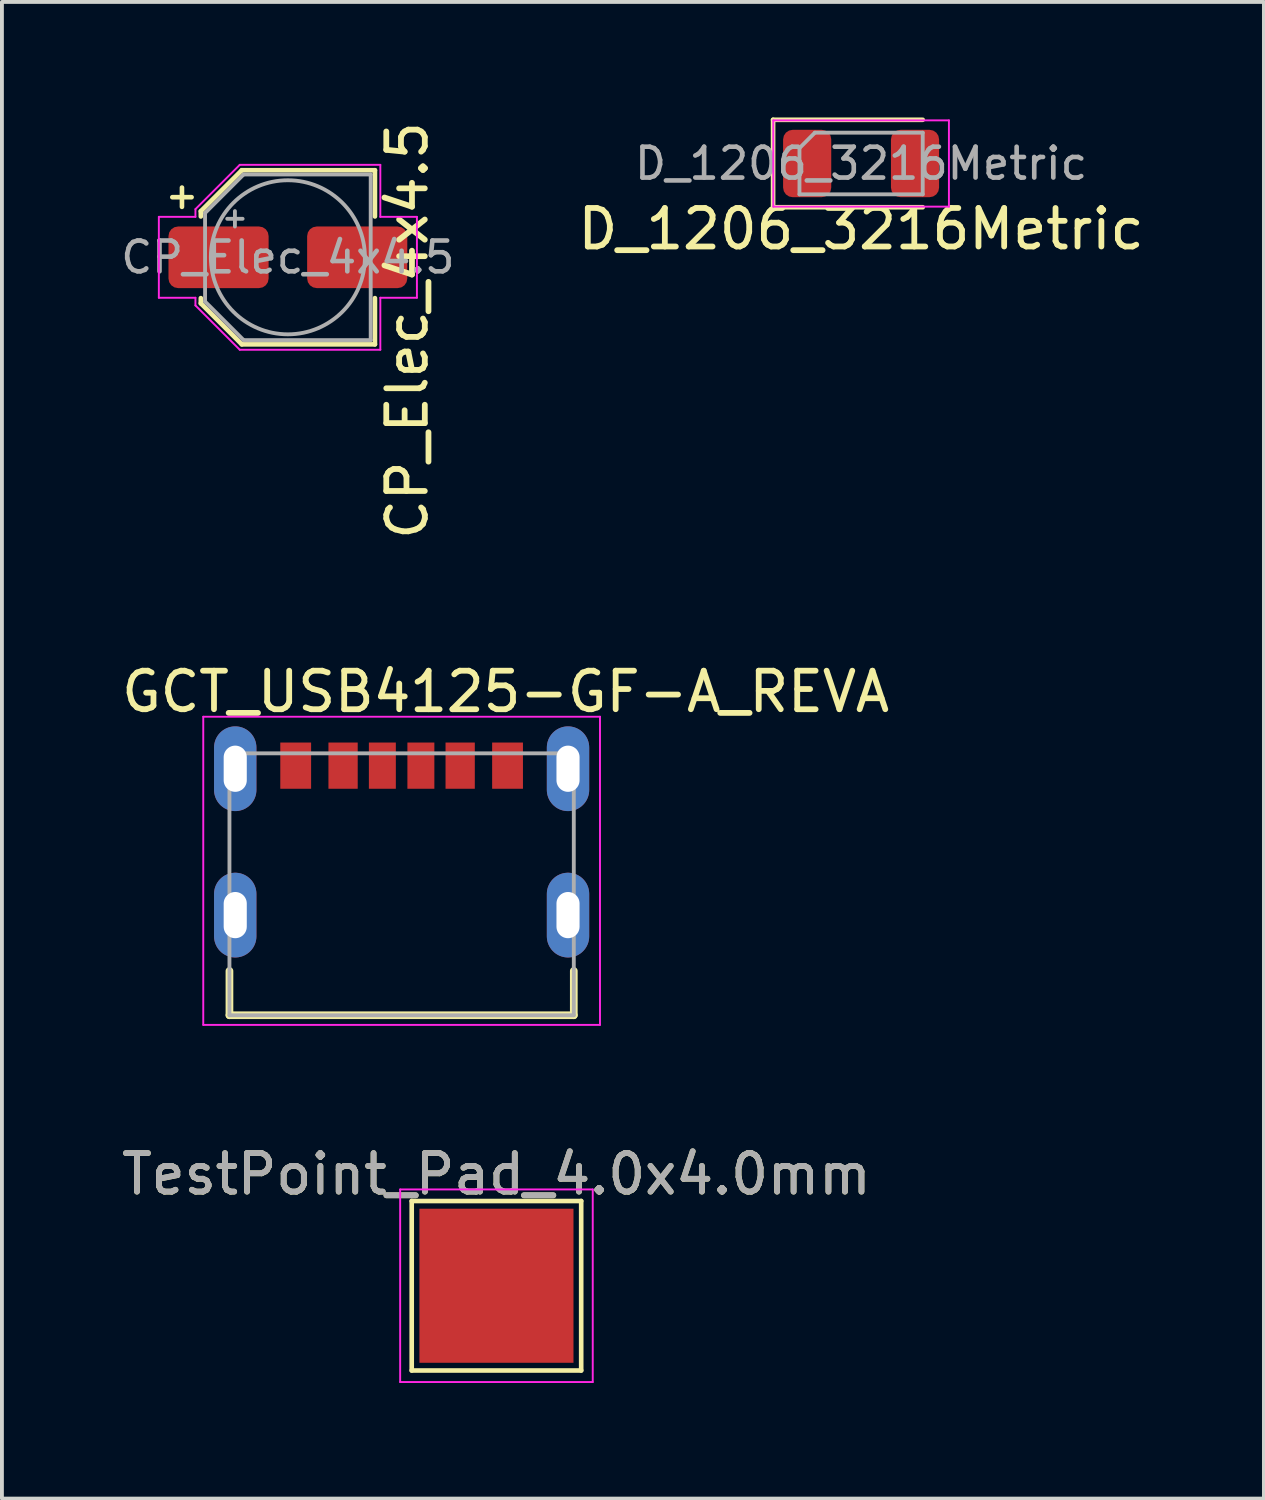
<source format=kicad_pcb>
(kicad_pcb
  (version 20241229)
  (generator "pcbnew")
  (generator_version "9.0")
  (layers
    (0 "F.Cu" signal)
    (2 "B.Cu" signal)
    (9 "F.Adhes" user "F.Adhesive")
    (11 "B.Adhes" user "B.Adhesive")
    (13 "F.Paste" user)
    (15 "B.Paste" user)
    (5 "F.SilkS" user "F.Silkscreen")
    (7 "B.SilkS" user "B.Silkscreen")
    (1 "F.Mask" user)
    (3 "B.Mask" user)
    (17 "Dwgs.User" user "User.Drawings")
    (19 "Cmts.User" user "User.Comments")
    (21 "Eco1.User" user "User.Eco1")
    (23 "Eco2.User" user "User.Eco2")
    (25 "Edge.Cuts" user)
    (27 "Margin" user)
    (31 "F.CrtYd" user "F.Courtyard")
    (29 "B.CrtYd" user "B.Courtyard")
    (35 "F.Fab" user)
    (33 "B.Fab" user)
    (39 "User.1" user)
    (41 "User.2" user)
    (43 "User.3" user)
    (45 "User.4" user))
  (footprint "CP_Elec_4x4.5"
    (layer "F.Cu")
    (at 4.424 3.63)
    (property "Reference" "CP_Elec_4x4.5" (at 3.1 1.9 270) (layer "F.SilkS") (effects (font (size 1 1) (thickness 0.15))))
    (attr smd)
    (fp_line (start -3 -1.56) (end -2.5 -1.56) (stroke (width 0.12) (type solid)) (layer "F.SilkS"))
    (fp_line (start -2.75 -1.81) (end -2.75 -1.31) (stroke (width 0.12) (type solid)) (layer "F.SilkS"))
    (fp_line (start -2.26 -1.196) (end -2.26 -1.06) (stroke (width 0.12) (type solid)) (layer "F.SilkS"))
    (fp_line (start -2.26 -1.196) (end -1.196 -2.26) (stroke (width 0.12) (type solid)) (layer "F.SilkS"))
    (fp_line (start -2.26 1.196) (end -2.26 1.06) (stroke (width 0.12) (type solid)) (layer "F.SilkS"))
    (fp_line (start -2.26 1.196) (end -1.196 2.26) (stroke (width 0.12) (type solid)) (layer "F.SilkS"))
    (fp_line (start -1.196 -2.26) (end 2.26 -2.26) (stroke (width 0.12) (type solid)) (layer "F.SilkS"))
    (fp_line (start -1.196 2.26) (end 2.26 2.26) (stroke (width 0.12) (type solid)) (layer "F.SilkS"))
    (fp_line (start 2.26 -2.26) (end 2.26 -1.06) (stroke (width 0.12) (type solid)) (layer "F.SilkS"))
    (fp_line (start 2.26 2.26) (end 2.26 1.06) (stroke (width 0.12) (type solid)) (layer "F.SilkS"))
    (fp_line (start -3.35 -1.05) (end -3.35 1.05) (stroke (width 0.05) (type solid)) (layer "F.CrtYd"))
    (fp_line (start -3.35 1.05) (end -2.4 1.05) (stroke (width 0.05) (type solid)) (layer "F.CrtYd"))
    (fp_line (start -2.4 -1.25) (end -2.4 -1.05) (stroke (width 0.05) (type solid)) (layer "F.CrtYd"))
    (fp_line (start -2.4 -1.25) (end -1.25 -2.4) (stroke (width 0.05) (type solid)) (layer "F.CrtYd"))
    (fp_line (start -2.4 -1.05) (end -3.35 -1.05) (stroke (width 0.05) (type solid)) (layer "F.CrtYd"))
    (fp_line (start -2.4 1.05) (end -2.4 1.25) (stroke (width 0.05) (type solid)) (layer "F.CrtYd"))
    (fp_line (start -2.4 1.25) (end -1.25 2.4) (stroke (width 0.05) (type solid)) (layer "F.CrtYd"))
    (fp_line (start -1.25 -2.4) (end 2.4 -2.4) (stroke (width 0.05) (type solid)) (layer "F.CrtYd"))
    (fp_line (start -1.25 2.4) (end 2.4 2.4) (stroke (width 0.05) (type solid)) (layer "F.CrtYd"))
    (fp_line (start 2.4 -2.4) (end 2.4 -1.05) (stroke (width 0.05) (type solid)) (layer "F.CrtYd"))
    (fp_line (start 2.4 -1.05) (end 3.35 -1.05) (stroke (width 0.05) (type solid)) (layer "F.CrtYd"))
    (fp_line (start 2.4 1.05) (end 2.4 2.4) (stroke (width 0.05) (type solid)) (layer "F.CrtYd"))
    (fp_line (start 3.35 -1.05) (end 3.35 1.05) (stroke (width 0.05) (type solid)) (layer "F.CrtYd"))
    (fp_line (start 3.35 1.05) (end 2.4 1.05) (stroke (width 0.05) (type solid)) (layer "F.CrtYd"))
    (fp_line (start -2.15 -1.15) (end -2.15 1.15) (stroke (width 0.1) (type solid)) (layer "F.Fab"))
    (fp_line (start -2.15 -1.15) (end -1.15 -2.15) (stroke (width 0.1) (type solid)) (layer "F.Fab"))
    (fp_line (start -2.15 1.15) (end -1.15 2.15) (stroke (width 0.1) (type solid)) (layer "F.Fab"))
    (fp_line (start -1.575 -1) (end -1.175 -1) (stroke (width 0.1) (type solid)) (layer "F.Fab"))
    (fp_line (start -1.375 -1.2) (end -1.375 -0.8) (stroke (width 0.1) (type solid)) (layer "F.Fab"))
    (fp_line (start -1.15 -2.15) (end 2.15 -2.15) (stroke (width 0.1) (type solid)) (layer "F.Fab"))
    (fp_line (start -1.15 2.15) (end 2.15 2.15) (stroke (width 0.1) (type solid)) (layer "F.Fab"))
    (fp_line (start 2.15 -2.15) (end 2.15 2.15) (stroke (width 0.1) (type solid)) (layer "F.Fab"))
    (fp_circle (center 0 0) (end 2 0) (stroke (width 0.1) (type solid)) (fill no) (layer "F.Fab"))
    (fp_text user "${REFERENCE}" (at 0 0 180) (layer "F.Fab") (effects (font (size 0.8 0.8) (thickness 0.12))))
    (pad "1" smd roundrect (at -1.8 0) (size 2.6 1.6) (layers "F.Cu" "F.Mask" "F.Paste") (roundrect_rratio 0.156))
    (pad "2" smd roundrect (at 1.8 0) (size 2.6 1.6) (layers "F.Cu" "F.Mask" "F.Paste") (roundrect_rratio 0.156)))
  (footprint "TestPoint_Pad_4.0x4.0mm"
    (layer "F.Cu")
    (at 9.839 30.331)
    (property "Reference" "TestPoint_Pad_4.0x4.0mm" (at 0 -2.898 0) (layer "F.SilkS") (effects (font (size 1 1) (thickness 0.15))))
    (attr exclude_from_pos_files exclude_from_bom)
    (fp_line (start -2.2 -2.2) (end 2.2 -2.2) (stroke (width 0.12) (type solid)) (layer "F.SilkS"))
    (fp_line (start -2.2 2.2) (end -2.2 -2.2) (stroke (width 0.12) (type solid)) (layer "F.SilkS"))
    (fp_line (start 2.2 -2.2) (end 2.2 2.2) (stroke (width 0.12) (type solid)) (layer "F.SilkS"))
    (fp_line (start 2.2 2.2) (end -2.2 2.2) (stroke (width 0.12) (type solid)) (layer "F.SilkS"))
    (fp_line (start -2.5 -2.5) (end -2.5 2.5) (stroke (width 0.05) (type solid)) (layer "F.CrtYd"))
    (fp_line (start -2.5 -2.5) (end 2.5 -2.5) (stroke (width 0.05) (type solid)) (layer "F.CrtYd"))
    (fp_line (start 2.5 2.5) (end -2.5 2.5) (stroke (width 0.05) (type solid)) (layer "F.CrtYd"))
    (fp_line (start 2.5 2.5) (end 2.5 -2.5) (stroke (width 0.05) (type solid)) (layer "F.CrtYd"))
    (fp_text user "${REFERENCE}" (at 0 -2.9 0) (layer "F.Fab") (effects (font (size 1 1) (thickness 0.15))))
    (pad "1" smd rect (at 0 0) (size 4 4) (layers "F.Cu" "F.Mask")))
  (footprint "GCT_USB4125-GF-A_REVA"
    (layer "F.Cu")
    (at 7.377 16.908)
    (property "Reference" "GCT_USB4125-GF-A_REVA" (at 2.7 -2 180) (layer "F.SilkS") (effects (font (size 1 1) (thickness 0.15))))
    (attr through_hole)
    (fp_line (start -4.47 5.25) (end -4.47 6.4) (stroke (width 0.2) (type solid)) (layer "F.SilkS"))
    (fp_line (start -4.47 6.4) (end 4.47 6.4) (stroke (width 0.2) (type solid)) (layer "F.SilkS"))
    (fp_line (start 4.47 6.4) (end 4.47 5.25) (stroke (width 0.2) (type solid)) (layer "F.SilkS"))
    (fp_line (start -5.15 -1.35) (end 5.15 -1.35) (stroke (width 0.05) (type solid)) (layer "F.CrtYd"))
    (fp_line (start -5.15 6.65) (end -5.15 -1.35) (stroke (width 0.05) (type solid)) (layer "F.CrtYd"))
    (fp_line (start 5.15 -1.35) (end 5.15 6.65) (stroke (width 0.05) (type solid)) (layer "F.CrtYd"))
    (fp_line (start 5.15 6.65) (end -5.15 6.65) (stroke (width 0.05) (type solid)) (layer "F.CrtYd"))
    (fp_line (start -4.47 -0.4) (end 4.47 -0.4) (stroke (width 0.1) (type solid)) (layer "F.Fab"))
    (fp_line (start -4.47 6.4) (end -4.47 -0.4) (stroke (width 0.1) (type solid)) (layer "F.Fab"))
    (fp_line (start 4.47 -0.4) (end 4.47 6.4) (stroke (width 0.1) (type solid)) (layer "F.Fab"))
    (fp_line (start 4.47 6.4) (end -4.47 6.4) (stroke (width 0.1) (type solid)) (layer "F.Fab"))
    (pad "A5" smd rect (at -0.5 -0.08) (size 0.7 1.2) (layers "F.Cu" "F.Mask" "F.Paste"))
    (pad "A9" smd rect (at 1.52 -0.08) (size 0.76 1.2) (layers "F.Cu" "F.Mask" "F.Paste"))
    (pad "A12" smd rect (at 2.75 -0.08) (size 0.8 1.2) (layers "F.Cu" "F.Mask" "F.Paste"))
    (pad "B5" smd rect (at 0.5 -0.08) (size 0.7 1.2) (layers "F.Cu" "F.Mask" "F.Paste"))
    (pad "B9" smd rect (at -1.52 -0.08) (size 0.76 1.2) (layers "F.Cu" "F.Mask" "F.Paste"))
    (pad "B12" smd rect (at -2.75 -0.08) (size 0.8 1.2) (layers "F.Cu" "F.Mask" "F.Paste"))
    (pad "S1" thru_hole oval (at -4.32 0) (size 1.1 2.2) (drill oval 0.6 1.2) (layers "*.Cu" "*.Mask"))
    (pad "S2" thru_hole oval (at 4.32 0) (size 1.1 2.2) (drill oval 0.6 1.2) (layers "*.Cu" "*.Mask"))
    (pad "S3" thru_hole oval (at -4.32 3.8) (size 1.1 2.2) (drill oval 0.6 1.2) (layers "*.Cu" "*.Mask"))
    (pad "S4" thru_hole oval (at 4.32 3.8) (size 1.1 2.2) (drill oval 0.6 1.2) (layers "*.Cu" "*.Mask")))
  (footprint "D_1206_3216Metric"
    (layer "F.Cu")
    (at 19.306 1.195)
    (property "Reference" "D_1206_3216Metric" (at 0 1.7 0) (layer "F.SilkS") (effects (font (size 1 1) (thickness 0.15))))
    (attr smd)
    (fp_line (start -2.285 -1.135) (end -2.285 1.135) (stroke (width 0.12) (type solid)) (layer "F.SilkS"))
    (fp_line (start -2.285 1.135) (end 1.6 1.135) (stroke (width 0.12) (type solid)) (layer "F.SilkS"))
    (fp_line (start 1.6 -1.135) (end -2.285 -1.135) (stroke (width 0.12) (type solid)) (layer "F.SilkS"))
    (fp_line (start -2.28 -1.12) (end 2.28 -1.12) (stroke (width 0.05) (type solid)) (layer "F.CrtYd"))
    (fp_line (start -2.28 1.12) (end -2.28 -1.12) (stroke (width 0.05) (type solid)) (layer "F.CrtYd"))
    (fp_line (start 2.28 -1.12) (end 2.28 1.12) (stroke (width 0.05) (type solid)) (layer "F.CrtYd"))
    (fp_line (start 2.28 1.12) (end -2.28 1.12) (stroke (width 0.05) (type solid)) (layer "F.CrtYd"))
    (fp_line (start -1.6 -0.4) (end -1.6 0.8) (stroke (width 0.1) (type solid)) (layer "F.Fab"))
    (fp_line (start -1.6 0.8) (end 1.6 0.8) (stroke (width 0.1) (type solid)) (layer "F.Fab"))
    (fp_line (start -1.2 -0.8) (end -1.6 -0.4) (stroke (width 0.1) (type solid)) (layer "F.Fab"))
    (fp_line (start 1.6 -0.8) (end -1.2 -0.8) (stroke (width 0.1) (type solid)) (layer "F.Fab"))
    (fp_line (start 1.6 0.8) (end 1.6 -0.8) (stroke (width 0.1) (type solid)) (layer "F.Fab"))
    (fp_text user "${REFERENCE}" (at 0 0 180) (layer "F.Fab") (effects (font (size 0.8 0.8) (thickness 0.12))))
    (pad "1" smd roundrect (at -1.4 0) (size 1.25 1.75) (layers "F.Cu" "F.Mask" "F.Paste") (roundrect_rratio 0.2))
    (pad "2" smd roundrect (at 1.4 0) (size 1.25 1.75) (layers "F.Cu" "F.Mask" "F.Paste") (roundrect_rratio 0.2)))
  (gr_rect
    (start -3 -3)
    (end 29.764 35.856)
    (stroke (width 0.1) (type default))
    (fill no)
    (layer "Edge.Cuts")))
</source>
